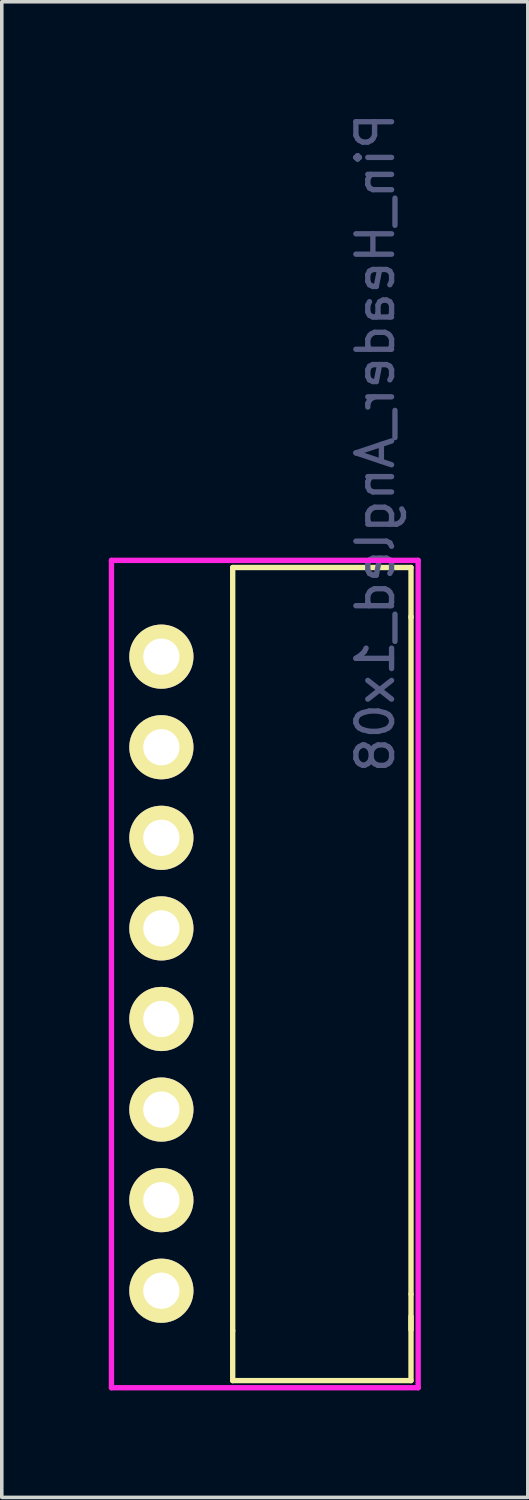
<source format=kicad_pcb>
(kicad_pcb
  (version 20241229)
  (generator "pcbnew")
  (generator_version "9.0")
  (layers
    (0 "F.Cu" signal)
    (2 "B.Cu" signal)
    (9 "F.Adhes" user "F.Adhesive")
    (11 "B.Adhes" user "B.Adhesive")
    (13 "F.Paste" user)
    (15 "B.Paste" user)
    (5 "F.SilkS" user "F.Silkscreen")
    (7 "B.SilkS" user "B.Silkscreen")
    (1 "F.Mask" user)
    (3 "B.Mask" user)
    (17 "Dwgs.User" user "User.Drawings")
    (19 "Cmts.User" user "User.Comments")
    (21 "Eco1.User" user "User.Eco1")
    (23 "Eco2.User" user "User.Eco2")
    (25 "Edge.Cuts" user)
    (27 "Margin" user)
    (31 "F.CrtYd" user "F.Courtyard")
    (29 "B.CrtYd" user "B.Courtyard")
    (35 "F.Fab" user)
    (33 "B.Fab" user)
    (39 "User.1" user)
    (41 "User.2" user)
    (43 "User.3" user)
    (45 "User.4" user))
  (footprint "Pin_Header_Angled_1x08"
    (layer "F.Cu")
    (at 1.475 15.363)
    (property "Reference" "Pin_Header_Angled_1x08" (at 6 -6 270) (layer "B.Fab") (effects (font (size 1 1) (thickness 0.15)) (justify mirror)))
    (attr through_hole)
    (fp_line (start 2 -2.5) (end 2 18.9) (stroke (width 0.15) (type solid)) (layer "F.SilkS"))
    (fp_line (start 2 -2.5) (end 7 -2.5) (stroke (width 0.15) (type solid)) (layer "F.SilkS"))
    (fp_line (start 2 18.9) (end 2 20.3) (stroke (width 0.15) (type solid)) (layer "F.SilkS"))
    (fp_line (start 2 20.3) (end 7 20.3) (stroke (width 0.15) (type solid)) (layer "F.SilkS"))
    (fp_line (start 7 -1.125) (end 7 17.875) (stroke (width 0.15) (type solid)) (layer "F.SilkS"))
    (fp_line (start 7 -1.1) (end 7 -2.5) (stroke (width 0.15) (type solid)) (layer "F.SilkS"))
    (fp_line (start 7 17.875) (end 7 18.875) (stroke (width 0.15) (type solid)) (layer "F.SilkS"))
    (fp_line (start 7 20.3) (end 7 18.5) (stroke (width 0.15) (type solid)) (layer "F.SilkS"))
    (fp_line (start -1.4 -2.7) (end 7.2 -2.7) (stroke (width 0.15) (type solid)) (layer "F.CrtYd"))
    (fp_line (start -1.4 20.5) (end -1.4 -2.7) (stroke (width 0.15) (type solid)) (layer "F.CrtYd"))
    (fp_line (start 7.2 -2.7) (end 7.2 20.5) (stroke (width 0.15) (type solid)) (layer "F.CrtYd"))
    (fp_line (start 7.2 20.5) (end -1.4 20.5) (stroke (width 0.15) (type solid)) (layer "F.CrtYd"))
    (pad "1" thru_hole circle (at 0 0) (size 1.8 1.8) (drill 1.016) (layers "*.Cu" "*.Mask" "F.SilkS"))
    (pad "2" thru_hole circle (at 0 2.54) (size 1.8 1.8) (drill 1.016) (layers "*.Cu" "*.Mask" "F.SilkS"))
    (pad "3" thru_hole circle (at 0 5.08) (size 1.8 1.8) (drill 1.016) (layers "*.Cu" "*.Mask" "F.SilkS"))
    (pad "4" thru_hole circle (at 0 7.62) (size 1.8 1.8) (drill 1.016) (layers "*.Cu" "*.Mask" "F.SilkS"))
    (pad "5" thru_hole circle (at 0 10.16) (size 1.8 1.8) (drill 1.016) (layers "*.Cu" "*.Mask" "F.SilkS"))
    (pad "6" thru_hole circle (at 0 12.7) (size 1.8 1.8) (drill 1.016) (layers "*.Cu" "*.Mask" "F.SilkS"))
    (pad "7" thru_hole circle (at 0 15.24) (size 1.8 1.8) (drill 1.016) (layers "*.Cu" "*.Mask" "F.SilkS"))
    (pad "8" thru_hole circle (at 0 17.78) (size 1.8 1.8) (drill 1.016) (layers "*.Cu" "*.Mask" "F.SilkS")))
  (gr_rect
    (start -3 -3)
    (end 11.75 38.938)
    (stroke (width 0.1) (type default))
    (fill no)
    (layer "Edge.Cuts")))
</source>
